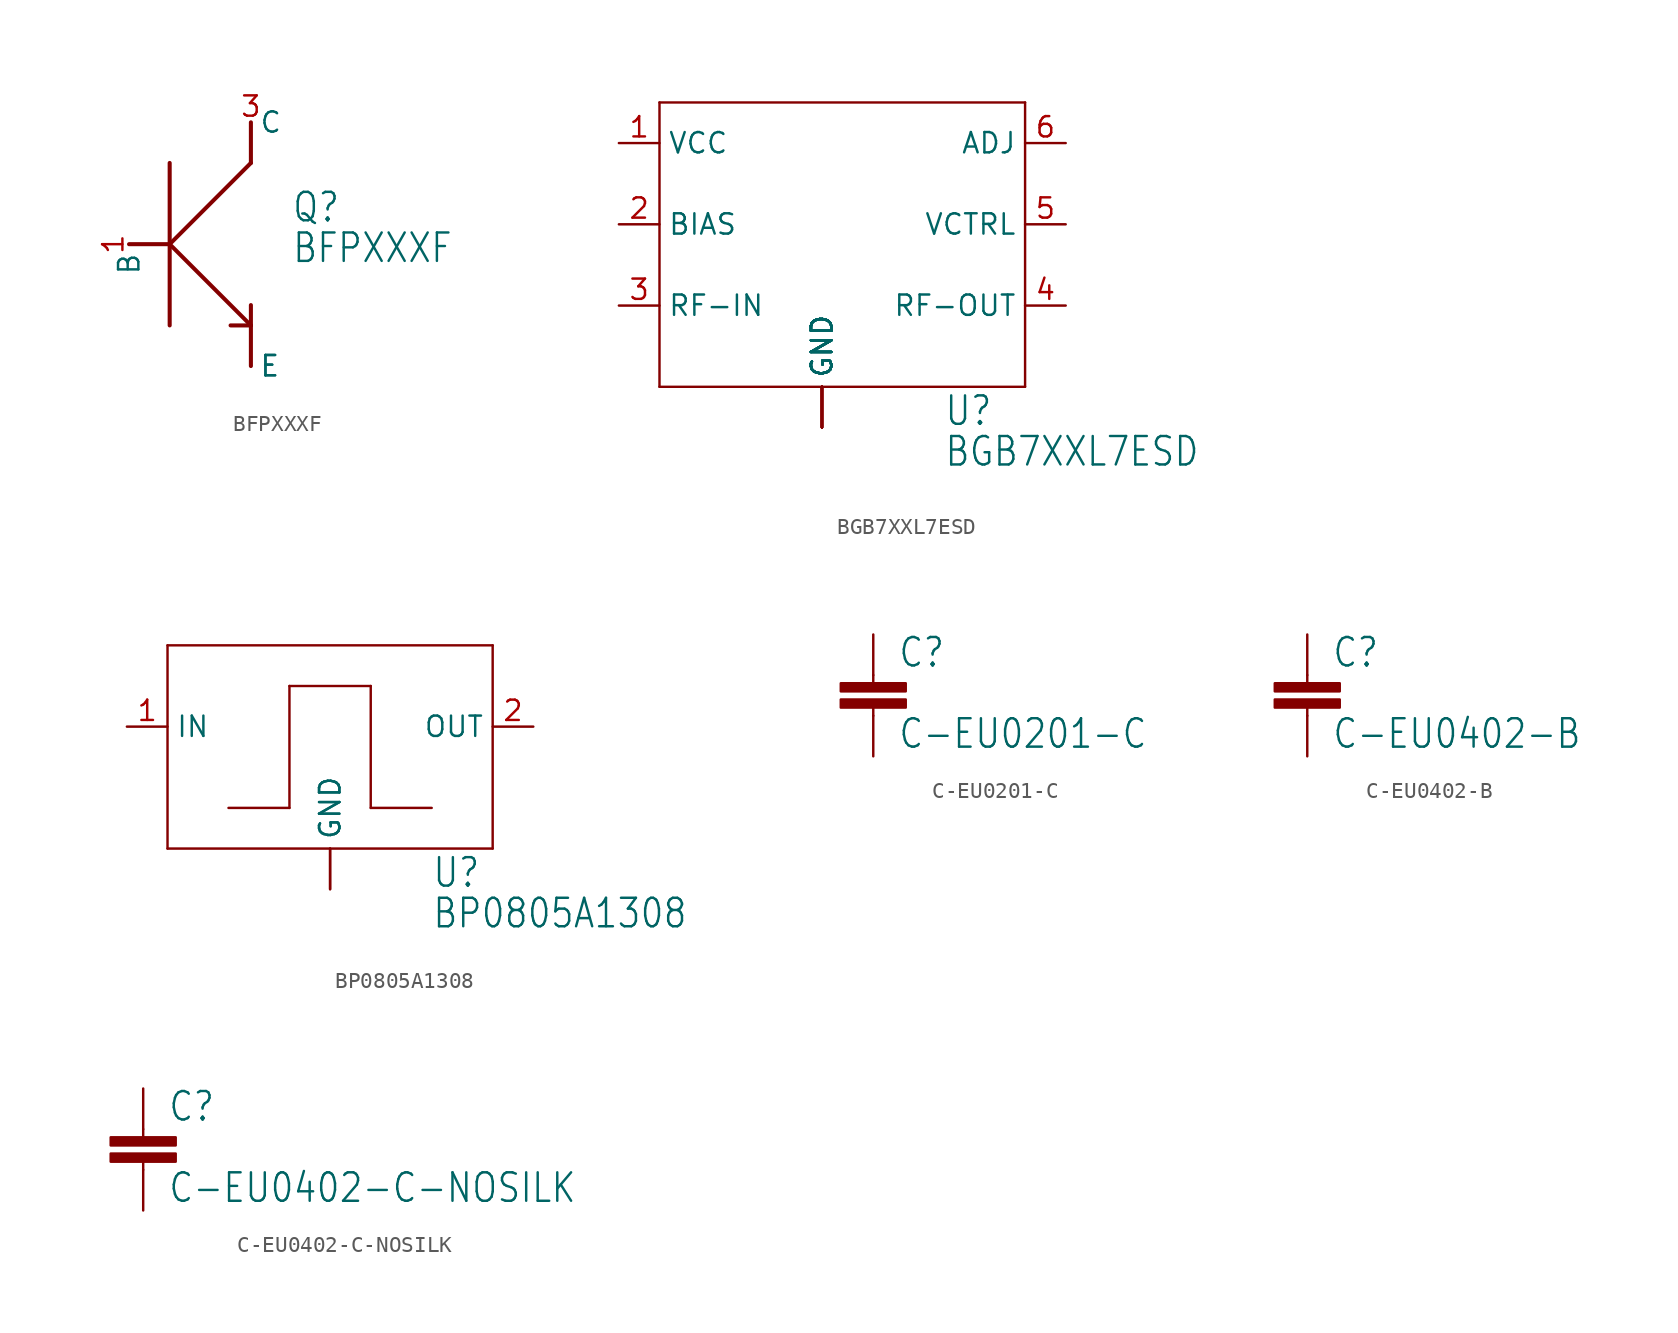
<source format=kicad_sym>
(kicad_symbol_lib
  (version 20211014)
  (generator kicad_symbol_editor)
  (symbol "BFPXXXF"
    (property "Reference" "Q"
      (at 2.54 1.27 0)
      (effects (font (size 1.778 1.511)) (justify left bottom)))
    (property "Value" "BFPXXXF"
      (at 2.54 -1.27 0)
      (effects (font (size 1.778 1.511)) (justify left bottom)))
    (property "ki_locked" ""
      (at 0 0 0)
      (effects (font (size 1.27 1.27))))
    (symbol "BFPXXXF_1_0"
      (polyline (pts (xy -5.08 0) (xy -7.62 0)) (stroke (width 0.254) (type default) (color 0 0 0 0)) (fill (type none)))
      (polyline (pts (xy -5.08 0) (xy -5.08 -5.08)) (stroke (width 0.254) (type default) (color 0 0 0 0)) (fill (type none)))
      (polyline (pts (xy -5.08 0) (xy 0 -5.08)) (stroke (width 0.254) (type default) (color 0 0 0 0)) (fill (type none)))
      (polyline (pts (xy -5.08 5.08) (xy -5.08 0)) (stroke (width 0.254) (type default) (color 0 0 0 0)) (fill (type none)))
      (polyline (pts (xy 0 -5.08) (xy -1.27 -5.08)) (stroke (width 0.254) (type default) (color 0 0 0 0)) (fill (type none)))
      (polyline (pts (xy 0 -5.08) (xy 0 -7.62)) (stroke (width 0.254) (type default) (color 0 0 0 0)) (fill (type none)))
      (polyline (pts (xy 0 -5.08) (xy 0 -3.81)) (stroke (width 0.254) (type default) (color 0 0 0 0)) (fill (type none)))
      (polyline (pts (xy 0 5.08) (xy -5.08 0)) (stroke (width 0.254) (type default) (color 0 0 0 0)) (fill (type none)))
      (polyline (pts (xy 0 7.62) (xy 0 5.08)) (stroke (width 0.254) (type default) (color 0 0 0 0)) (fill (type none)))
      (pin input line (at -7.62 0 270) (length 0) (name "B" (effects (font (size 1.27 1.27)))) (number "1" (effects (font (size 1.27 1.27)))))
      (pin power_in line (at 0 -7.62 0) (length 0) (name "E" (effects (font (size 1.27 1.27)))) (number "2" (effects (font (size 0 0)))))
      (pin output line (at 0 7.62 0) (length 0) (name "C" (effects (font (size 1.27 1.27)))) (number "3" (effects (font (size 1.27 1.27)))))
      (pin power_in line (at 0 -7.62 0) (length 0) (name "E" (effects (font (size 1.27 1.27)))) (number "4" (effects (font (size 0 0)))))))
  (symbol "BGB7XXL7ESD"
    (property "Reference" "U"
      (at 7.62 -12.7 0)
      (effects (font (size 1.778 1.511)) (justify left bottom)))
    (property "Value" "BGB7XXL7ESD"
      (at 7.62 -15.24 0)
      (effects (font (size 1.778 1.511)) (justify left bottom)))
    (property "ki_locked" ""
      (at 0 0 0)
      (effects (font (size 1.27 1.27))))
    (symbol "BGB7XXL7ESD_1_0"
      (polyline (pts (xy -10.16 -10.16) (xy 12.7 -10.16)) (stroke (width 0.152) (type default) (color 0 0 0 0)) (fill (type none)))
      (polyline (pts (xy -10.16 7.62) (xy -10.16 -10.16)) (stroke (width 0.152) (type default) (color 0 0 0 0)) (fill (type none)))
      (polyline (pts (xy 12.7 -10.16) (xy 12.7 7.62)) (stroke (width 0.152) (type default) (color 0 0 0 0)) (fill (type none)))
      (polyline (pts (xy 12.7 7.62) (xy -10.16 7.62)) (stroke (width 0.152) (type default) (color 0 0 0 0)) (fill (type none)))
      (pin power_in line (at -12.7 5.08 0) (length 2.54) (name "VCC" (effects (font (size 1.27 1.27)))) (number "1" (effects (font (size 1.27 1.27)))))
      (pin power_in line (at 0 -12.7 90) (length 2.54) (name "GND" (effects (font (size 1.27 1.27)))) (number "10" (effects (font (size 0 0)))))
      (pin power_in line (at 0 -12.7 90) (length 2.54) (name "GND" (effects (font (size 1.27 1.27)))) (number "11" (effects (font (size 0 0)))))
      (pin power_in line (at 0 -12.7 90) (length 2.54) (name "GND" (effects (font (size 1.27 1.27)))) (number "12" (effects (font (size 0 0)))))
      (pin power_in line (at 0 -12.7 90) (length 2.54) (name "GND" (effects (font (size 1.27 1.27)))) (number "13" (effects (font (size 0 0)))))
      (pin power_in line (at 0 -12.7 90) (length 2.54) (name "GND" (effects (font (size 1.27 1.27)))) (number "14" (effects (font (size 0 0)))))
      (pin power_in line (at 0 -12.7 90) (length 2.54) (name "GND" (effects (font (size 1.27 1.27)))) (number "15" (effects (font (size 0 0)))))
      (pin bidirectional line (at -12.7 0 0) (length 2.54) (name "BIAS" (effects (font (size 1.27 1.27)))) (number "2" (effects (font (size 1.27 1.27)))))
      (pin input line (at -12.7 -5.08 0) (length 2.54) (name "RF-IN" (effects (font (size 1.27 1.27)))) (number "3" (effects (font (size 1.27 1.27)))))
      (pin output line (at 15.24 -5.08 180) (length 2.54) (name "RF-OUT" (effects (font (size 1.27 1.27)))) (number "4" (effects (font (size 1.27 1.27)))))
      (pin input line (at 15.24 0 180) (length 2.54) (name "VCTRL" (effects (font (size 1.27 1.27)))) (number "5" (effects (font (size 1.27 1.27)))))
      (pin power_in line (at 15.24 5.08 180) (length 2.54) (name "ADJ" (effects (font (size 1.27 1.27)))) (number "6" (effects (font (size 1.27 1.27)))))
      (pin power_in line (at 0 -12.7 90) (length 2.54) (name "GND" (effects (font (size 1.27 1.27)))) (number "7" (effects (font (size 0 0)))))
      (pin power_in line (at 0 -12.7 90) (length 2.54) (name "GND" (effects (font (size 1.27 1.27)))) (number "8" (effects (font (size 0 0)))))
      (pin power_in line (at 0 -12.7 90) (length 2.54) (name "GND" (effects (font (size 1.27 1.27)))) (number "9" (effects (font (size 0 0)))))))
  (symbol "BP0805A1308"
    (property "Reference" "U"
      (at 6.35 -10.16 0)
      (effects (font (size 1.778 1.511)) (justify left bottom)))
    (property "Value" "BP0805A1308"
      (at 6.35 -12.7 0)
      (effects (font (size 1.778 1.511)) (justify left bottom)))
    (property "ki_locked" ""
      (at 0 0 0)
      (effects (font (size 1.27 1.27))))
    (symbol "BP0805A1308_1_0"
      (polyline (pts (xy -10.16 -7.62) (xy 10.16 -7.62)) (stroke (width 0.152) (type default) (color 0 0 0 0)) (fill (type none)))
      (polyline (pts (xy -10.16 5.08) (xy -10.16 -7.62)) (stroke (width 0.152) (type default) (color 0 0 0 0)) (fill (type none)))
      (polyline (pts (xy -6.35 -5.08) (xy -2.54 -5.08)) (stroke (width 0.152) (type default) (color 0 0 0 0)) (fill (type none)))
      (polyline (pts (xy -2.54 -5.08) (xy -2.54 2.54)) (stroke (width 0.152) (type default) (color 0 0 0 0)) (fill (type none)))
      (polyline (pts (xy -2.54 2.54) (xy 2.54 2.54)) (stroke (width 0.152) (type default) (color 0 0 0 0)) (fill (type none)))
      (polyline (pts (xy 2.54 -5.08) (xy 6.35 -5.08)) (stroke (width 0.152) (type default) (color 0 0 0 0)) (fill (type none)))
      (polyline (pts (xy 2.54 2.54) (xy 2.54 -5.08)) (stroke (width 0.152) (type default) (color 0 0 0 0)) (fill (type none)))
      (polyline (pts (xy 10.16 -7.62) (xy 10.16 5.08)) (stroke (width 0.152) (type default) (color 0 0 0 0)) (fill (type none)))
      (polyline (pts (xy 10.16 5.08) (xy -10.16 5.08)) (stroke (width 0.152) (type default) (color 0 0 0 0)) (fill (type none)))
      (pin input line (at -12.7 0 0) (length 2.54) (name "IN" (effects (font (size 1.27 1.27)))) (number "1" (effects (font (size 1.27 1.27)))))
      (pin output line (at 12.7 0 180) (length 2.54) (name "OUT" (effects (font (size 1.27 1.27)))) (number "2" (effects (font (size 1.27 1.27)))))
      (pin power_in line (at 0 -10.16 90) (length 2.54) (name "GND" (effects (font (size 1.27 1.27)))) (number "3" (effects (font (size 0 0)))))
      (pin power_in line (at 0 -10.16 90) (length 2.54) (name "GND" (effects (font (size 1.27 1.27)))) (number "4" (effects (font (size 0 0)))))))
  (symbol "C-EU0201-C"
    (property "Reference" "C"
      (at 1.524 0.381 0)
      (effects (font (size 1.778 1.511)) (justify left bottom)))
    (property "Value" "C-EU0201-C"
      (at 1.524 -4.699 0)
      (effects (font (size 1.778 1.511)) (justify left bottom)))
    (property "ki_locked" ""
      (at 0 0 0)
      (effects (font (size 1.27 1.27))))
    (symbol "C-EU0201-C_1_0"
      (rectangle (start -2.032 -2.032) (end 2.032 -1.524) (stroke (width 0) (type default) (color 0 0 0 0)) (fill (type outline)))
      (rectangle (start -2.032 -1.016) (end 2.032 -0.508) (stroke (width 0) (type default) (color 0 0 0 0)) (fill (type outline)))
      (polyline (pts (xy 0 -2.54) (xy 0 -2.032)) (stroke (width 0.152) (type default) (color 0 0 0 0)) (fill (type none)))
      (polyline (pts (xy 0 0) (xy 0 -0.508)) (stroke (width 0.152) (type default) (color 0 0 0 0)) (fill (type none)))
      (pin passive line (at 0 2.54 270) (length 2.54) (name "1" (effects (font (size 0 0)))) (number "1" (effects (font (size 0 0)))))
      (pin passive line (at 0 -5.08 90) (length 2.54) (name "2" (effects (font (size 0 0)))) (number "2" (effects (font (size 0 0)))))))
  (symbol "C-EU0402-B"
    (property "Reference" "C"
      (at 1.524 0.381 0)
      (effects (font (size 1.778 1.511)) (justify left bottom)))
    (property "Value" "C-EU0402-B"
      (at 1.524 -4.699 0)
      (effects (font (size 1.778 1.511)) (justify left bottom)))
    (property "ki_locked" ""
      (at 0 0 0)
      (effects (font (size 1.27 1.27))))
    (symbol "C-EU0402-B_1_0"
      (rectangle (start -2.032 -2.032) (end 2.032 -1.524) (stroke (width 0) (type default) (color 0 0 0 0)) (fill (type outline)))
      (rectangle (start -2.032 -1.016) (end 2.032 -0.508) (stroke (width 0) (type default) (color 0 0 0 0)) (fill (type outline)))
      (polyline (pts (xy 0 -2.54) (xy 0 -2.032)) (stroke (width 0.152) (type default) (color 0 0 0 0)) (fill (type none)))
      (polyline (pts (xy 0 0) (xy 0 -0.508)) (stroke (width 0.152) (type default) (color 0 0 0 0)) (fill (type none)))
      (pin passive line (at 0 2.54 270) (length 2.54) (name "1" (effects (font (size 0 0)))) (number "1" (effects (font (size 0 0)))))
      (pin passive line (at 0 -5.08 90) (length 2.54) (name "2" (effects (font (size 0 0)))) (number "2" (effects (font (size 0 0)))))))
  (symbol "C-EU0402-C-NOSILK"
    (property "Reference" "C"
      (at 1.524 0.381 0)
      (effects (font (size 1.778 1.511)) (justify left bottom)))
    (property "Value" "C-EU0402-C-NOSILK"
      (at 1.524 -4.699 0)
      (effects (font (size 1.778 1.511)) (justify left bottom)))
    (property "ki_locked" ""
      (at 0 0 0)
      (effects (font (size 1.27 1.27))))
    (symbol "C-EU0402-C-NOSILK_1_0"
      (rectangle (start -2.032 -2.032) (end 2.032 -1.524) (stroke (width 0) (type default) (color 0 0 0 0)) (fill (type outline)))
      (rectangle (start -2.032 -1.016) (end 2.032 -0.508) (stroke (width 0) (type default) (color 0 0 0 0)) (fill (type outline)))
      (polyline (pts (xy 0 -2.54) (xy 0 -2.032)) (stroke (width 0.152) (type default) (color 0 0 0 0)) (fill (type none)))
      (polyline (pts (xy 0 0) (xy 0 -0.508)) (stroke (width 0.152) (type default) (color 0 0 0 0)) (fill (type none)))
      (pin passive line (at 0 2.54 270) (length 2.54) (name "1" (effects (font (size 0 0)))) (number "1" (effects (font (size 0 0)))))
      (pin passive line (at 0 -5.08 90) (length 2.54) (name "2" (effects (font (size 0 0)))) (number "2" (effects (font (size 0 0))))))))
</source>
